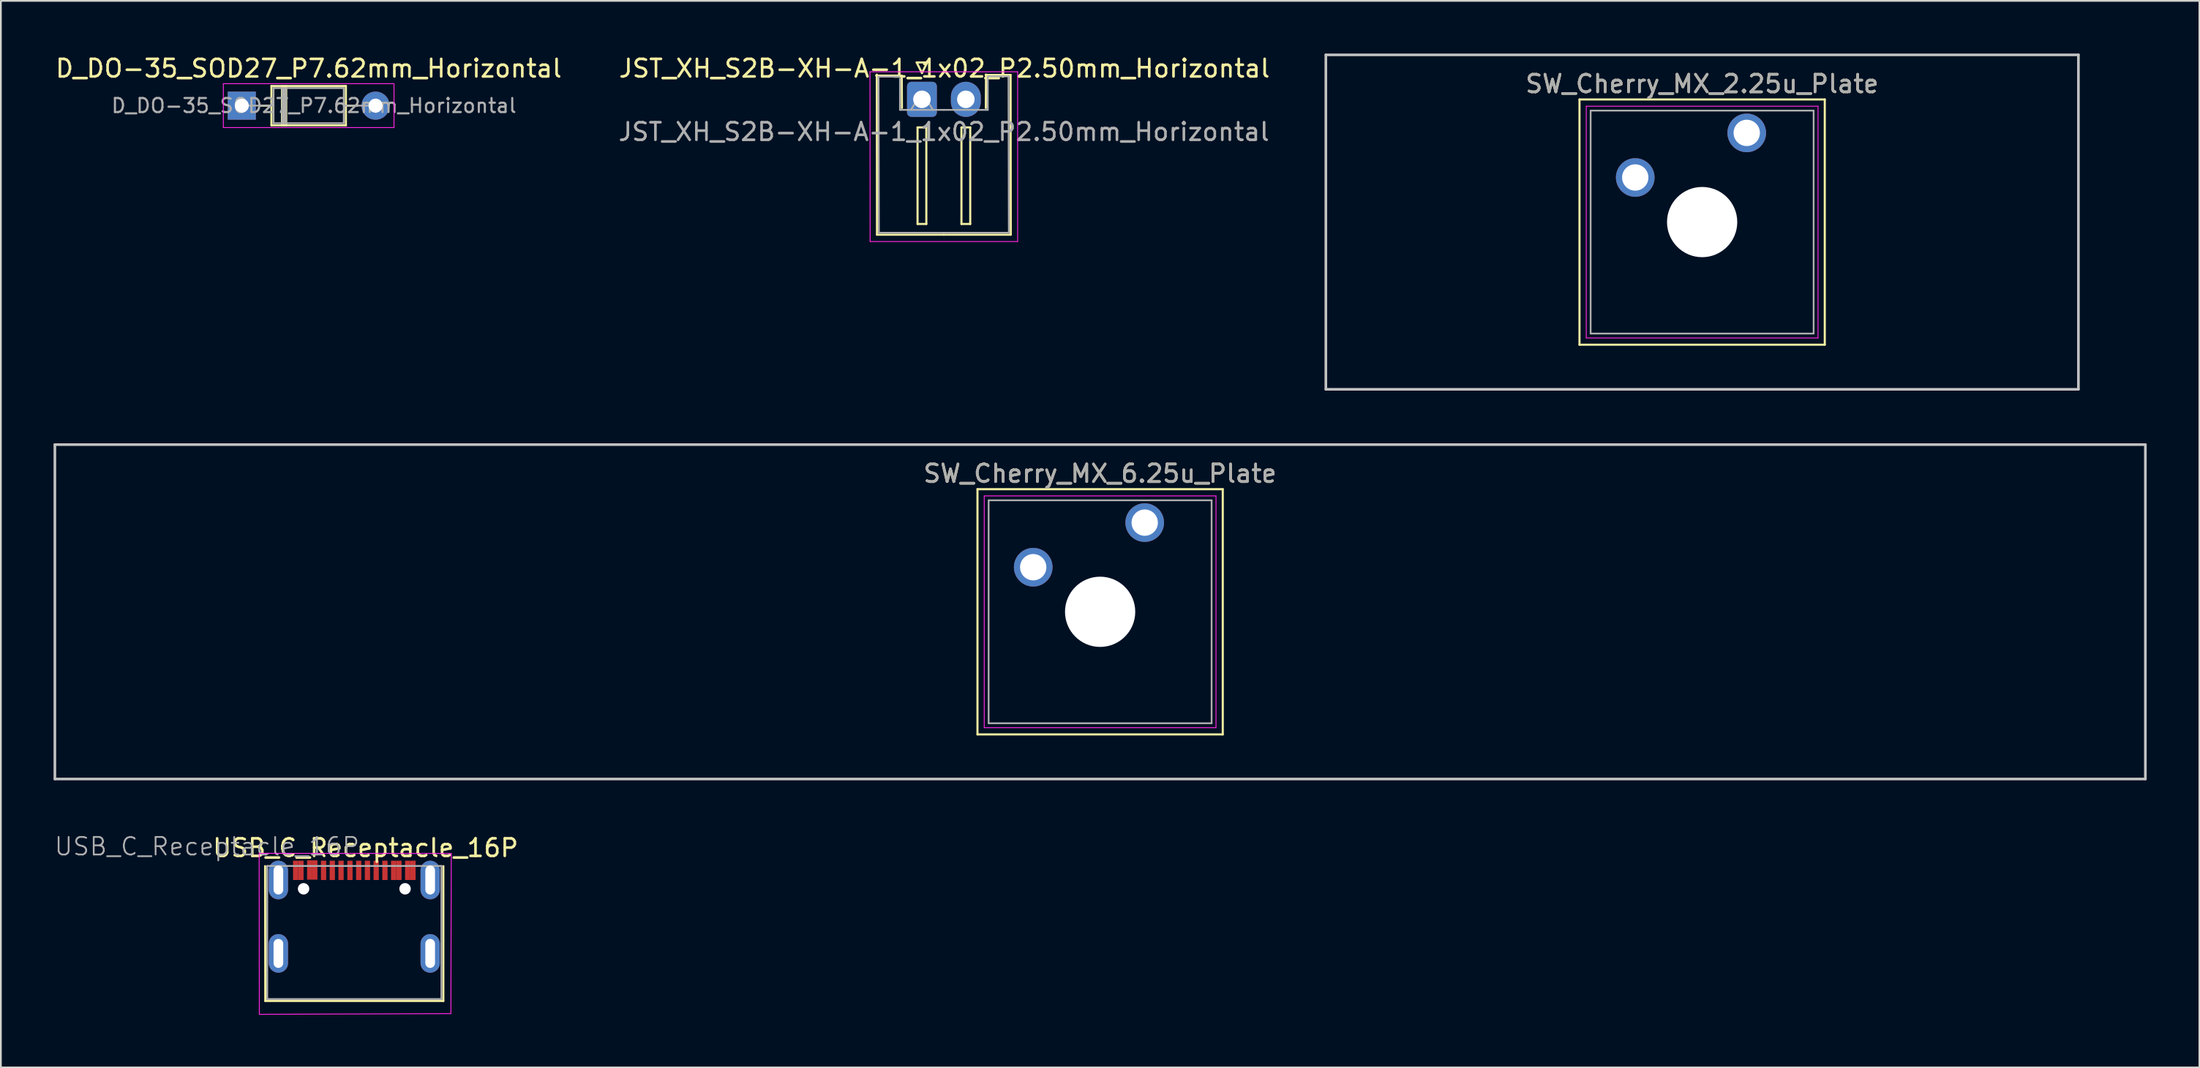
<source format=kicad_pcb>
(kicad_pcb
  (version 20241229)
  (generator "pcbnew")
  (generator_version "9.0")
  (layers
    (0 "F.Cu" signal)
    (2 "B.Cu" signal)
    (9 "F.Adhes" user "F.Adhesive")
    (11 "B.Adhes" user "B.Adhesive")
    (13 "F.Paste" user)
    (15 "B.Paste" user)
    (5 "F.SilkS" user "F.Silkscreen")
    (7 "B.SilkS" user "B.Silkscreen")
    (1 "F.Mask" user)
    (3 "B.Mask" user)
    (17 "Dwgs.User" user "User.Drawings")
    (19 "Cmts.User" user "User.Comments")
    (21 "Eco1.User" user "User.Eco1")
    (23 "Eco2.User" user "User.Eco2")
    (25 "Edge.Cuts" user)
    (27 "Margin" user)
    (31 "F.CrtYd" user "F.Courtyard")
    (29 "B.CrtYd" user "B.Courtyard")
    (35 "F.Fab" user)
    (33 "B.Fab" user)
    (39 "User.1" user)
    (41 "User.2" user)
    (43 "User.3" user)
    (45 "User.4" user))
  (footprint "D_DO-35_SOD27_P7.62mm_Horizontal"
    (layer "F.Cu")
    (at 10.72 2.968)
    (property "Reference" "D_DO-35_SOD27_P7.62mm_Horizontal" (at 3.81 -2.12 0) (layer "F.SilkS") (effects (font (size 1 1) (thickness 0.15))))
    (attr through_hole)
    (fp_line (start 1.04 0) (end 1.69 0) (stroke (width 0.12) (type solid)) (layer "F.SilkS"))
    (fp_line (start 1.69 -1.12) (end 1.69 1.12) (stroke (width 0.12) (type solid)) (layer "F.SilkS"))
    (fp_line (start 1.69 1.12) (end 5.93 1.12) (stroke (width 0.12) (type solid)) (layer "F.SilkS"))
    (fp_line (start 2.29 -1.12) (end 2.29 1.12) (stroke (width 0.12) (type solid)) (layer "F.SilkS"))
    (fp_line (start 2.41 -1.12) (end 2.41 1.12) (stroke (width 0.12) (type solid)) (layer "F.SilkS"))
    (fp_line (start 2.53 -1.12) (end 2.53 1.12) (stroke (width 0.12) (type solid)) (layer "F.SilkS"))
    (fp_line (start 5.93 -1.12) (end 1.69 -1.12) (stroke (width 0.12) (type solid)) (layer "F.SilkS"))
    (fp_line (start 5.93 1.12) (end 5.93 -1.12) (stroke (width 0.12) (type solid)) (layer "F.SilkS"))
    (fp_line (start 6.58 0) (end 5.93 0) (stroke (width 0.12) (type solid)) (layer "F.SilkS"))
    (fp_line (start -1.05 -1.25) (end -1.05 1.25) (stroke (width 0.05) (type solid)) (layer "F.CrtYd"))
    (fp_line (start -1.05 1.25) (end 8.67 1.25) (stroke (width 0.05) (type solid)) (layer "F.CrtYd"))
    (fp_line (start 8.67 -1.25) (end -1.05 -1.25) (stroke (width 0.05) (type solid)) (layer "F.CrtYd"))
    (fp_line (start 8.67 1.25) (end 8.67 -1.25) (stroke (width 0.05) (type solid)) (layer "F.CrtYd"))
    (fp_line (start 0 0) (end 1.81 0) (stroke (width 0.1) (type solid)) (layer "F.Fab"))
    (fp_line (start 1.81 -1) (end 1.81 1) (stroke (width 0.1) (type solid)) (layer "F.Fab"))
    (fp_line (start 1.81 1) (end 5.81 1) (stroke (width 0.1) (type solid)) (layer "F.Fab"))
    (fp_line (start 2.31 -1) (end 2.31 1) (stroke (width 0.1) (type solid)) (layer "F.Fab"))
    (fp_line (start 2.41 -1) (end 2.41 1) (stroke (width 0.1) (type solid)) (layer "F.Fab"))
    (fp_line (start 2.51 -1) (end 2.51 1) (stroke (width 0.1) (type solid)) (layer "F.Fab"))
    (fp_line (start 5.81 -1) (end 1.81 -1) (stroke (width 0.1) (type solid)) (layer "F.Fab"))
    (fp_line (start 5.81 1) (end 5.81 -1) (stroke (width 0.1) (type solid)) (layer "F.Fab"))
    (fp_line (start 7.62 0) (end 5.81 0) (stroke (width 0.1) (type solid)) (layer "F.Fab"))
    (fp_text user "${REFERENCE}" (at 4.11 0 0) (layer "F.Fab") (effects (font (size 0.8 0.8) (thickness 0.12))))
    (pad "1" thru_hole rect (at 0 0) (size 1.6 1.6) (drill 0.8) (layers "*.Cu" "*.Mask"))
    (pad "2" thru_hole oval (at 7.62 0) (size 1.6 1.6) (drill 0.8) (layers "*.Cu" "*.Mask")))
  (footprint "JST_XH_S2B-XH-A-1_1x02_P2.50mm_Horizontal"
    (layer "F.Cu")
    (at 49.458 2.608)
    (property "Reference" "JST_XH_S2B-XH-A-1_1x02_P2.50mm_Horizontal" (at 1.28 -1.76 180) (layer "F.SilkS") (effects (font (size 1 1) (thickness 0.15))))
    (attr through_hole)
    (fp_line (start -2.61 -1.35) (end -1.19 -1.35) (stroke (width 0.12) (type solid)) (layer "F.SilkS"))
    (fp_line (start -2.56 7.71) (end -2.57 -1.41) (stroke (width 0.12) (type solid)) (layer "F.SilkS"))
    (fp_line (start -1.15 -1.35) (end -1.14 0.49) (stroke (width 0.12) (type solid)) (layer "F.SilkS"))
    (fp_line (start -0.3 -2.1) (end 0.3 -2.1) (stroke (width 0.12) (type solid)) (layer "F.SilkS"))
    (fp_line (start -0.25 1.6) (end -0.25 7.1) (stroke (width 0.12) (type solid)) (layer "F.SilkS"))
    (fp_line (start -0.25 7.1) (end 0.25 7.1) (stroke (width 0.12) (type solid)) (layer "F.SilkS"))
    (fp_line (start 0 -1.5) (end -0.3 -2.1) (stroke (width 0.12) (type solid)) (layer "F.SilkS"))
    (fp_line (start 0.25 1.6) (end -0.25 1.6) (stroke (width 0.12) (type solid)) (layer "F.SilkS"))
    (fp_line (start 0.25 7.1) (end 0.25 1.6) (stroke (width 0.12) (type solid)) (layer "F.SilkS"))
    (fp_line (start 0.3 -2.1) (end 0 -1.5) (stroke (width 0.12) (type solid)) (layer "F.SilkS"))
    (fp_line (start 1.25 7.71) (end -2.56 7.71) (stroke (width 0.12) (type solid)) (layer "F.SilkS"))
    (fp_line (start 1.25 7.71) (end 5.06 7.71) (stroke (width 0.12) (type solid)) (layer "F.SilkS"))
    (fp_line (start 2.25 1.6) (end 2.25 7.1) (stroke (width 0.12) (type solid)) (layer "F.SilkS"))
    (fp_line (start 2.25 7.1) (end 2.75 7.1) (stroke (width 0.12) (type solid)) (layer "F.SilkS"))
    (fp_line (start 2.75 1.6) (end 2.25 1.6) (stroke (width 0.12) (type solid)) (layer "F.SilkS"))
    (fp_line (start 2.75 7.1) (end 2.75 1.6) (stroke (width 0.12) (type solid)) (layer "F.SilkS"))
    (fp_line (start 3.65 -1.41) (end 3.64 0.49) (stroke (width 0.12) (type solid)) (layer "F.SilkS"))
    (fp_line (start 5.05 -1.39) (end 3.63 -1.39) (stroke (width 0.12) (type solid)) (layer "F.SilkS"))
    (fp_line (start 5.06 7.71) (end 5.05 -1.39) (stroke (width 0.12) (type solid)) (layer "F.SilkS"))
    (fp_line (start -2.96 -1.57) (end -2.95 8.1) (stroke (width 0.05) (type solid)) (layer "F.CrtYd"))
    (fp_line (start -2.95 8.1) (end 5.45 8.1) (stroke (width 0.05) (type solid)) (layer "F.CrtYd"))
    (fp_line (start 5.45 -1.57) (end -2.96 -1.57) (stroke (width 0.05) (type solid)) (layer "F.CrtYd"))
    (fp_line (start 5.45 8.1) (end 5.45 -1.57) (stroke (width 0.05) (type solid)) (layer "F.CrtYd"))
    (fp_line (start -2.49 -1.29) (end -1.29 -1.29) (stroke (width 0.1) (type solid)) (layer "F.Fab"))
    (fp_line (start -2.45 7.6) (end -2.47 -1.2) (stroke (width 0.1) (type solid)) (layer "F.Fab"))
    (fp_line (start -1.25 -1.16) (end -1.25 0.6) (stroke (width 0.1) (type solid)) (layer "F.Fab"))
    (fp_line (start -1.25 0.6) (end 1.25 0.6) (stroke (width 0.1) (type solid)) (layer "F.Fab"))
    (fp_line (start -0.625 0.6) (end 0 -0.4) (stroke (width 0.1) (type solid)) (layer "F.Fab"))
    (fp_line (start 0 -0.4) (end 0.625 0.6) (stroke (width 0.1) (type solid)) (layer "F.Fab"))
    (fp_line (start 1.25 7.6) (end -2.45 7.6) (stroke (width 0.1) (type solid)) (layer "F.Fab"))
    (fp_line (start 1.25 7.6) (end 4.95 7.6) (stroke (width 0.1) (type solid)) (layer "F.Fab"))
    (fp_line (start 3.75 -1.24) (end 3.75 0.6) (stroke (width 0.1) (type solid)) (layer "F.Fab"))
    (fp_line (start 3.75 0.6) (end 1.25 0.6) (stroke (width 0.1) (type solid)) (layer "F.Fab"))
    (fp_line (start 4.95 -1.31) (end 3.75 -1.31) (stroke (width 0.1) (type solid)) (layer "F.Fab"))
    (fp_line (start 4.95 7.6) (end 4.93 -1.29) (stroke (width 0.1) (type solid)) (layer "F.Fab"))
    (fp_text user "${REFERENCE}" (at 1.25 1.85 180) (layer "F.Fab") (effects (font (size 1 1) (thickness 0.15))))
    (pad "1" thru_hole roundrect (at 0 0) (size 1.7 2) (drill 1) (layers "*.Cu" "*.Mask") (roundrect_rratio 0.147))
    (pad "2" thru_hole oval (at 2.5 0) (size 1.7 2) (drill 1) (layers "*.Cu" "*.Mask")))
  (footprint "SW_Cherry_MX_2.25u_Plate"
    (layer "F.Cu")
    (at 96.433 4.52)
    (property "Reference" "SW_Cherry_MX_2.25u_Plate" (at -2.54 -2.794 0) (layer "F.SilkS") (effects (font (size 1 1) (thickness 0.15))))
    (attr through_hole)
    (fp_line (start -9.525 -1.905) (end 4.445 -1.905) (stroke (width 0.12) (type solid)) (layer "F.SilkS"))
    (fp_line (start -9.525 12.065) (end -9.525 -1.905) (stroke (width 0.12) (type solid)) (layer "F.SilkS"))
    (fp_line (start 4.445 -1.905) (end 4.445 12.065) (stroke (width 0.12) (type solid)) (layer "F.SilkS"))
    (fp_line (start 4.445 12.065) (end -9.525 12.065) (stroke (width 0.12) (type solid)) (layer "F.SilkS"))
    (fp_line (start -23.971 -4.445) (end 18.891 -4.445) (stroke (width 0.15) (type solid)) (layer "Dwgs.User"))
    (fp_line (start -23.971 14.605) (end -23.971 -4.445) (stroke (width 0.15) (type solid)) (layer "Dwgs.User"))
    (fp_line (start 18.891 -4.445) (end 18.891 14.605) (stroke (width 0.15) (type solid)) (layer "Dwgs.User"))
    (fp_line (start 18.891 14.605) (end -23.971 14.605) (stroke (width 0.15) (type solid)) (layer "Dwgs.User"))
    (fp_line (start -9.14 -1.52) (end 4.06 -1.52) (stroke (width 0.05) (type solid)) (layer "F.CrtYd"))
    (fp_line (start -9.14 11.68) (end -9.14 -1.52) (stroke (width 0.05) (type solid)) (layer "F.CrtYd"))
    (fp_line (start 4.06 -1.52) (end 4.06 11.68) (stroke (width 0.05) (type solid)) (layer "F.CrtYd"))
    (fp_line (start 4.06 11.68) (end -9.14 11.68) (stroke (width 0.05) (type solid)) (layer "F.CrtYd"))
    (fp_line (start -8.89 -1.27) (end 3.81 -1.27) (stroke (width 0.1) (type solid)) (layer "F.Fab"))
    (fp_line (start -8.89 11.43) (end -8.89 -1.27) (stroke (width 0.1) (type solid)) (layer "F.Fab"))
    (fp_line (start 3.81 -1.27) (end 3.81 11.43) (stroke (width 0.1) (type solid)) (layer "F.Fab"))
    (fp_line (start 3.81 11.43) (end -8.89 11.43) (stroke (width 0.1) (type solid)) (layer "F.Fab"))
    (fp_text user "${REFERENCE}" (at -2.54 -2.794 0) (layer "F.Fab") (effects (font (size 1 1) (thickness 0.15))))
    (pad "" np_thru_hole circle (at -2.54 5.08) (size 4 4) (drill 4) (layers "*.Cu" "*.Mask"))
    (pad "1" thru_hole circle (at 0 0) (size 2.2 2.2) (drill 1.5) (layers "*.Cu" "*.Mask"))
    (pad "2" thru_hole circle (at -6.35 2.54) (size 2.2 2.2) (drill 1.5) (layers "*.Cu" "*.Mask")))
  (footprint "SW_Cherry_MX_6.25u_Plate"
    (layer "F.Cu")
    (at 62.146 26.72)
    (property "Reference" "SW_Cherry_MX_6.25u_Plate" (at -2.54 -2.794 0) (layer "F.SilkS") (effects (font (size 1 1) (thickness 0.15))))
    (attr through_hole)
    (fp_line (start -9.525 -1.905) (end 4.445 -1.905) (stroke (width 0.12) (type solid)) (layer "F.SilkS"))
    (fp_line (start -9.525 12.065) (end -9.525 -1.905) (stroke (width 0.12) (type solid)) (layer "F.SilkS"))
    (fp_line (start 4.445 -1.905) (end 4.445 12.065) (stroke (width 0.12) (type solid)) (layer "F.SilkS"))
    (fp_line (start 4.445 12.065) (end -9.525 12.065) (stroke (width 0.12) (type solid)) (layer "F.SilkS"))
    (fp_line (start -62.071 -4.445) (end 56.991 -4.445) (stroke (width 0.15) (type solid)) (layer "Dwgs.User"))
    (fp_line (start -62.071 14.605) (end -62.071 -4.445) (stroke (width 0.15) (type solid)) (layer "Dwgs.User"))
    (fp_line (start 56.991 -4.445) (end 56.991 14.605) (stroke (width 0.15) (type solid)) (layer "Dwgs.User"))
    (fp_line (start 56.991 14.605) (end -62.071 14.605) (stroke (width 0.15) (type solid)) (layer "Dwgs.User"))
    (fp_line (start -9.14 -1.52) (end 4.06 -1.52) (stroke (width 0.05) (type solid)) (layer "F.CrtYd"))
    (fp_line (start -9.14 11.68) (end -9.14 -1.52) (stroke (width 0.05) (type solid)) (layer "F.CrtYd"))
    (fp_line (start 4.06 -1.52) (end 4.06 11.68) (stroke (width 0.05) (type solid)) (layer "F.CrtYd"))
    (fp_line (start 4.06 11.68) (end -9.14 11.68) (stroke (width 0.05) (type solid)) (layer "F.CrtYd"))
    (fp_line (start -8.89 -1.27) (end 3.81 -1.27) (stroke (width 0.1) (type solid)) (layer "F.Fab"))
    (fp_line (start -8.89 11.43) (end -8.89 -1.27) (stroke (width 0.1) (type solid)) (layer "F.Fab"))
    (fp_line (start 3.81 -1.27) (end 3.81 11.43) (stroke (width 0.1) (type solid)) (layer "F.Fab"))
    (fp_line (start 3.81 11.43) (end -8.89 11.43) (stroke (width 0.1) (type solid)) (layer "F.Fab"))
    (fp_text user "${REFERENCE}" (at -2.54 -2.794 0) (layer "F.Fab") (effects (font (size 1 1) (thickness 0.15))))
    (pad "" np_thru_hole circle (at -2.54 5.08) (size 4 4) (drill 4) (layers "*.Cu" "*.Mask"))
    (pad "1" thru_hole circle (at 0 0) (size 2.2 2.2) (drill 1.5) (layers "*.Cu" "*.Mask"))
    (pad "2" thru_hole circle (at -6.35 2.54) (size 2.2 2.2) (drill 1.5) (layers "*.Cu" "*.Mask")))
  (footprint "USB_C_Receptacle_16P"
    (layer "F.Cu")
    (at 14.24 47.578)
    (property "Reference" "USB_C_Receptacle_16P" (at 3.53 -2.33 0) (layer "F.SilkS") (effects (font (size 1 1) (thickness 0.15))))
    (attr smd)
    (fp_line (start -2.19 -1.29) (end -2.18 6.39) (stroke (width 0.12) (type solid)) (layer "F.SilkS"))
    (fp_line (start -2.18 6.39) (end 7.96 6.39) (stroke (width 0.12) (type solid)) (layer "F.SilkS"))
    (fp_line (start 7.96 -1.29) (end 7.96 6.39) (stroke (width 0.12) (type solid)) (layer "F.SilkS"))
    (fp_line (start -2.53 -2.02) (end 8.41 -2.01) (stroke (width 0.05) (type solid)) (layer "F.CrtYd"))
    (fp_line (start -2.52 7.15) (end -2.53 -2.02) (stroke (width 0.05) (type solid)) (layer "F.CrtYd"))
    (fp_line (start 8.39 7.11) (end -2.52 7.15) (stroke (width 0.05) (type solid)) (layer "F.CrtYd"))
    (fp_line (start 8.41 -2.01) (end 8.39 7.11) (stroke (width 0.05) (type solid)) (layer "F.CrtYd"))
    (fp_line (start -2.07 -1.3) (end 7.85 -1.3) (stroke (width 0.1) (type solid)) (layer "F.Fab"))
    (fp_line (start -2.07 6.28) (end -2.07 -1.3) (stroke (width 0.1) (type solid)) (layer "F.Fab"))
    (fp_line (start -2.07 6.28) (end 7.85 6.28) (stroke (width 0.1) (type solid)) (layer "F.Fab"))
    (fp_line (start 7.85 6.28) (end 7.85 -1.3) (stroke (width 0.1) (type solid)) (layer "F.Fab"))
    (fp_text user "${REFERENCE}" (at -5.5 -2.41 0) (layer "F.Fab") (effects (font (size 1 1) (thickness 0.1))))
    (pad "" np_thru_hole circle (at 0 0) (size 0.65 0.65) (drill 0.65) (layers "*.Cu" "*.Mask"))
    (pad "" np_thru_hole circle (at 5.78 0) (size 0.65 0.65) (drill 0.65) (layers "*.Cu" "*.Mask"))
    (pad "A1" smd rect (at -0.45 -1.05) (size 0.3 1.1) (layers "F.Cu" "F.Mask" "F.Paste"))
    (pad "A4" smd rect (at 0.348 -1.07) (size 0.3 1.1) (layers "F.Cu" "F.Mask" "F.Paste"))
    (pad "A5" smd rect (at 1.636 -1.05) (size 0.3 1.1) (layers "F.Cu" "F.Mask" "F.Paste"))
    (pad "A6" smd rect (at 2.641 -1.05) (size 0.3 1.1) (layers "F.Cu" "F.Mask" "F.Paste"))
    (pad "A7" smd rect (at 3.139 -1.05) (size 0.3 1.1) (layers "F.Cu" "F.Mask" "F.Paste"))
    (pad "A8" smd rect (at 4.135 -1.05) (size 0.3 1.1) (layers "F.Cu" "F.Mask" "F.Paste"))
    (pad "A9" smd rect (at 5.43 -1.05) (size 0.3 1.1) (layers "F.Cu" "F.Mask" "F.Paste"))
    (pad "A12" smd rect (at 6.23 -1.05) (size 0.3 1.1) (layers "F.Cu" "F.Mask" "F.Paste"))
    (pad "B1" smd rect (at 5.93 -1.05) (size 0.3 1.1) (layers "F.Cu" "F.Mask" "F.Paste"))
    (pad "B4" smd rect (at 5.131 -1.05) (size 0.3 1.1) (layers "F.Cu" "F.Mask" "F.Paste"))
    (pad "B5" smd rect (at 4.633 -1.05) (size 0.3 1.1) (layers "F.Cu" "F.Mask" "F.Paste"))
    (pad "B6" smd rect (at 3.637 -1.05) (size 0.3 1.1) (layers "F.Cu" "F.Mask" "F.Paste"))
    (pad "B7" smd rect (at 2.134 -1.05) (size 0.3 1.1) (layers "F.Cu" "F.Mask" "F.Paste"))
    (pad "B8" smd rect (at 1.138 -1.05) (size 0.3 1.1) (layers "F.Cu" "F.Mask" "F.Paste"))
    (pad "B9" smd rect (at 0.64 -1.07) (size 0.3 1.1) (layers "F.Cu" "F.Mask" "F.Paste"))
    (pad "B12" smd rect (at -0.15 -1.05) (size 0.3 1.1) (layers "F.Cu" "F.Mask" "F.Paste"))
    (pad "S1" thru_hole oval (at -1.435 -0.5) (size 1.1 2.2) (drill oval 0.55 1.65) (layers "*.Cu" "*.Mask"))
    (pad "S1" thru_hole oval (at -1.435 3.68) (size 1.1 2.2) (drill oval 0.55 1.65) (layers "*.Cu" "*.Mask"))
    (pad "S1" thru_hole oval (at 7.21 -0.5) (size 1.1 2.2) (drill oval 0.55 1.65) (layers "*.Cu" "*.Mask"))
    (pad "S1" thru_hole oval (at 7.21 3.68) (size 1.1 2.2) (drill oval 0.55 1.65) (layers "*.Cu" "*.Mask")))
  (gr_rect
    (start -3 -3)
    (end 122.213 57.753)
    (stroke (width 0.1) (type default))
    (fill no)
    (layer "Edge.Cuts")))
</source>
